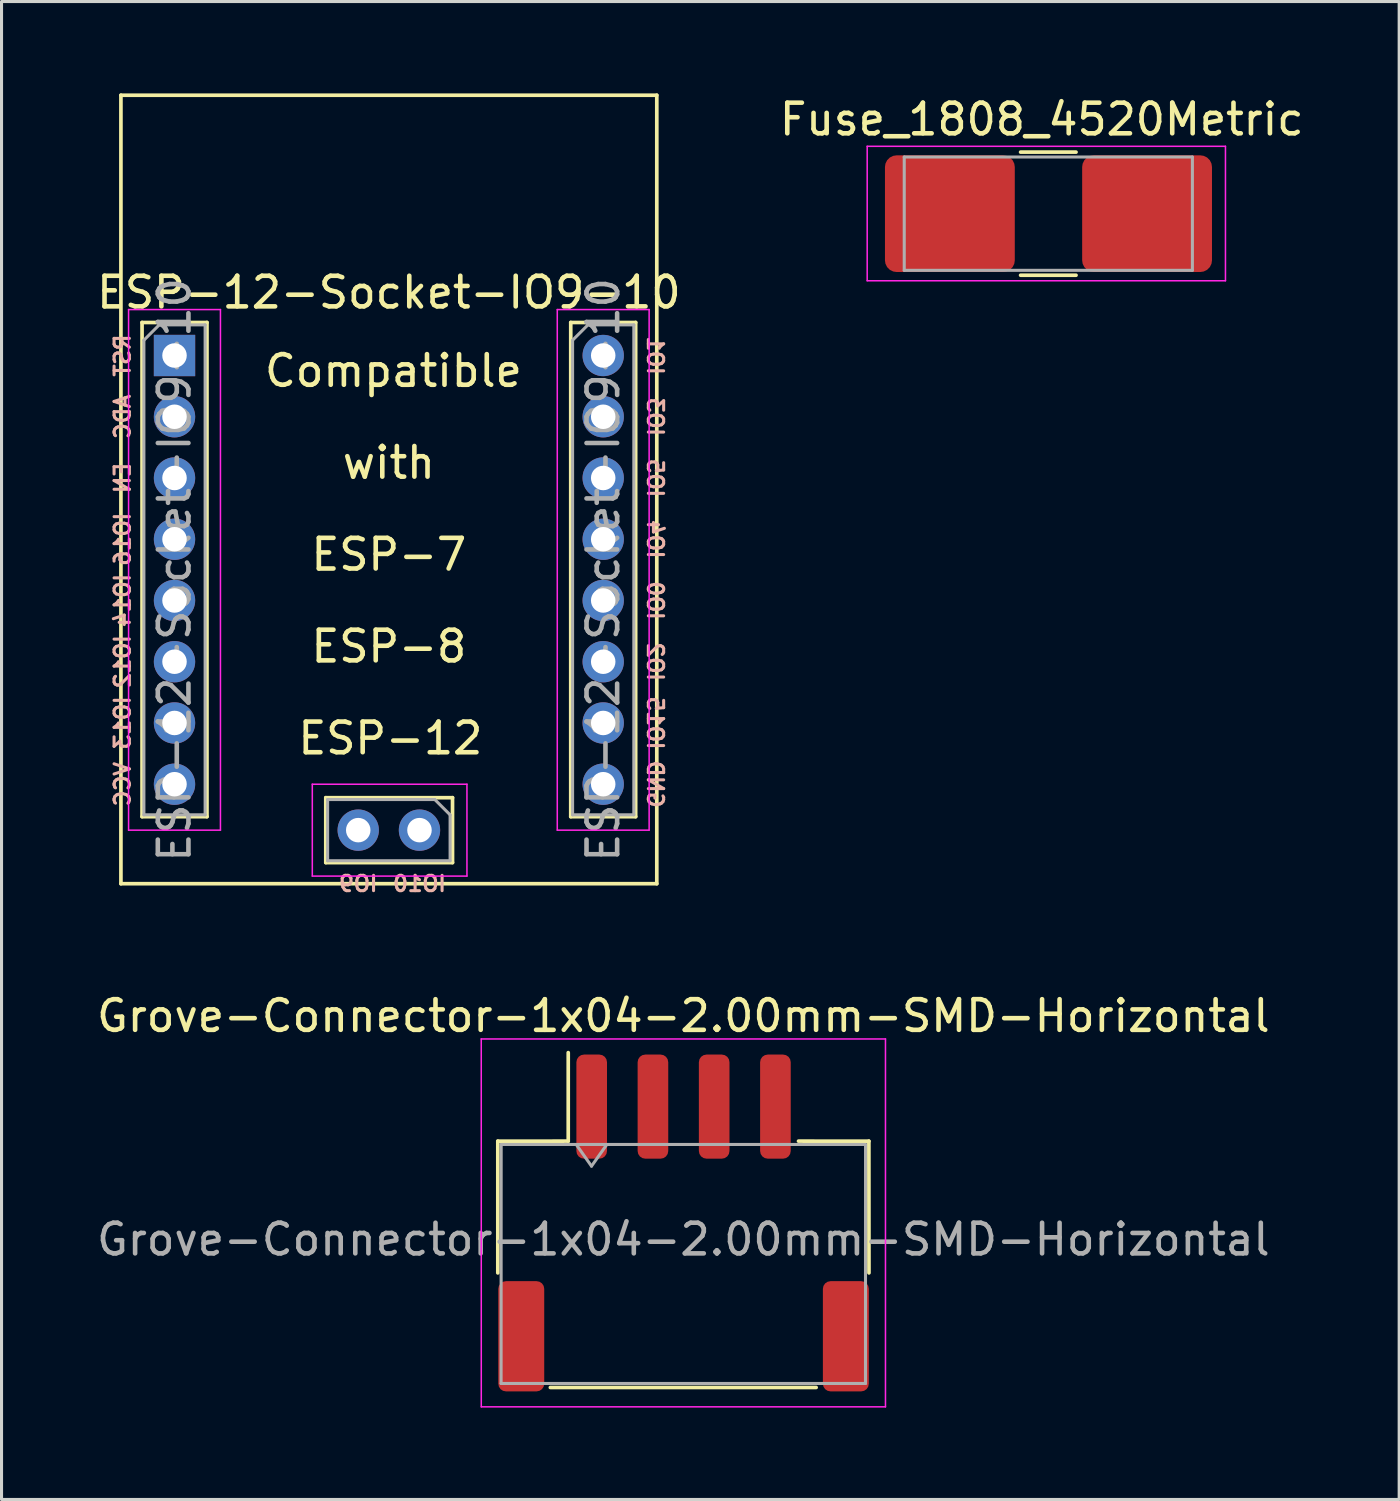
<source format=kicad_pcb>
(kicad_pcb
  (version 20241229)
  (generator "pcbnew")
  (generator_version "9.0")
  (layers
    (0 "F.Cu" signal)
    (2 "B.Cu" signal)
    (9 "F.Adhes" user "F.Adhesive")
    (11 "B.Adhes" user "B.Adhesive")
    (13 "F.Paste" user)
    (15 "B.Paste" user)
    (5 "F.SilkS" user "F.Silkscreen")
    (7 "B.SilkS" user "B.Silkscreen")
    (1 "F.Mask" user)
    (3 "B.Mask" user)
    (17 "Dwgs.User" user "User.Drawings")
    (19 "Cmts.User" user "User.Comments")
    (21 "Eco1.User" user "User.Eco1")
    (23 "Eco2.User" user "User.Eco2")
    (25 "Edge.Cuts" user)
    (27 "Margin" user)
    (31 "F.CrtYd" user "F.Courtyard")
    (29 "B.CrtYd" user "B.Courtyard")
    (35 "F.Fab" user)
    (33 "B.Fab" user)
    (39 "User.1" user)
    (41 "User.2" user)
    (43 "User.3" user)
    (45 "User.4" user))
  (footprint "Fuse_1808_4520Metric"
    (layer "F.Cu")
    (at 25.27 1.728)
    (property "Reference" "Fuse_1808_4520Metric" (at 5.7 -0.88 0) (layer "F.SilkS") (effects (font (size 1 1) (thickness 0.15))))
    (attr smd)
    (fp_line (start 5.01 0.19) (end 6.82 0.19) (stroke (width 0.12) (type solid)) (layer "F.SilkS"))
    (fp_line (start 5.01 4.21) (end 6.82 4.21) (stroke (width 0.12) (type solid)) (layer "F.SilkS"))
    (fp_line (start 0 0) (end 11.7 0) (stroke (width 0.05) (type solid)) (layer "F.CrtYd"))
    (fp_line (start 0 4.39) (end 0 0) (stroke (width 0.05) (type solid)) (layer "F.CrtYd"))
    (fp_line (start 11.7 0) (end 11.7 4.39) (stroke (width 0.05) (type solid)) (layer "F.CrtYd"))
    (fp_line (start 11.7 4.39) (end 0 4.39) (stroke (width 0.05) (type solid)) (layer "F.CrtYd"))
    (fp_line (start 1.21 4.05) (end 1.21 0.35) (stroke (width 0.1) (type solid)) (layer "F.Fab"))
    (fp_line (start 10.62 0.35) (end 1.21 0.35) (stroke (width 0.1) (type solid)) (layer "F.Fab"))
    (fp_line (start 10.62 0.35) (end 10.62 4.05) (stroke (width 0.1) (type solid)) (layer "F.Fab"))
    (fp_line (start 10.62 4.05) (end 1.21 4.05) (stroke (width 0.1) (type solid)) (layer "F.Fab"))
    (pad "1" smd roundrect (at 2.7 2.2) (size 4.24 3.81) (layers "F.Cu" "F.Mask" "F.Paste") (roundrect_rratio 0.1))
    (pad "2" smd roundrect (at 9.14 2.2) (size 4.24 3.81) (layers "F.Cu" "F.Mask" "F.Paste") (roundrect_rratio 0.1)))
  (footprint "ESP-12-Socket-IO9-10"
    (layer "F.Cu")
    (at 0.899 25.81)
    (property "Reference" "ESP-12-Socket-IO9-10" (at 8.75 -19.31 0) (layer "F.SilkS") (effects (font (size 1 1) (thickness 0.15))))
    (attr through_hole)
    (fp_line (start 0 0) (end 0 -25.75) (stroke (width 0.12) (type solid)) (layer "F.SilkS"))
    (fp_line (start 0.69 -18.329) (end 0.69 -2.19) (stroke (width 0.12) (type solid)) (layer "F.SilkS"))
    (fp_line (start 0.69 -18.329) (end 2.81 -18.329) (stroke (width 0.12) (type solid)) (layer "F.SilkS"))
    (fp_line (start 0.69 -2.19) (end 2.81 -2.19) (stroke (width 0.12) (type solid)) (layer "F.SilkS"))
    (fp_line (start 2.81 -18.329) (end 2.81 -2.19) (stroke (width 0.12) (type solid)) (layer "F.SilkS"))
    (fp_line (start 6.69 -2.81) (end 6.69 -0.69) (stroke (width 0.12) (type solid)) (layer "F.SilkS"))
    (fp_line (start 10.829 -2.81) (end 6.69 -2.81) (stroke (width 0.12) (type solid)) (layer "F.SilkS"))
    (fp_line (start 10.829 -2.81) (end 10.829 -0.69) (stroke (width 0.12) (type solid)) (layer "F.SilkS"))
    (fp_line (start 10.829 -0.69) (end 6.69 -0.69) (stroke (width 0.12) (type solid)) (layer "F.SilkS"))
    (fp_line (start 14.69 -18.329) (end 14.69 -2.19) (stroke (width 0.12) (type solid)) (layer "F.SilkS"))
    (fp_line (start 14.69 -18.329) (end 16.81 -18.329) (stroke (width 0.12) (type solid)) (layer "F.SilkS"))
    (fp_line (start 14.69 -2.19) (end 16.81 -2.19) (stroke (width 0.12) (type solid)) (layer "F.SilkS"))
    (fp_line (start 16.81 -18.329) (end 16.81 -2.19) (stroke (width 0.12) (type solid)) (layer "F.SilkS"))
    (fp_line (start 17.5 -25.75) (end 0 -25.75) (stroke (width 0.12) (type solid)) (layer "F.SilkS"))
    (fp_line (start 17.5 0) (end 0 0) (stroke (width 0.12) (type solid)) (layer "F.SilkS"))
    (fp_line (start 17.5 0) (end 17.5 -25.75) (stroke (width 0.12) (type solid)) (layer "F.SilkS"))
    (fp_line (start 0.25 -18.75) (end 0.25 -1.75) (stroke (width 0.05) (type solid)) (layer "F.CrtYd"))
    (fp_line (start 0.25 -1.75) (end 3.25 -1.75) (stroke (width 0.05) (type solid)) (layer "F.CrtYd"))
    (fp_line (start 3.25 -18.75) (end 0.25 -18.75) (stroke (width 0.05) (type solid)) (layer "F.CrtYd"))
    (fp_line (start 3.25 -1.75) (end 3.25 -18.75) (stroke (width 0.05) (type solid)) (layer "F.CrtYd"))
    (fp_line (start 6.25 -3.25) (end 6.25 -0.25) (stroke (width 0.05) (type solid)) (layer "F.CrtYd"))
    (fp_line (start 6.25 -0.25) (end 11.3 -0.25) (stroke (width 0.05) (type solid)) (layer "F.CrtYd"))
    (fp_line (start 11.3 -3.25) (end 6.25 -3.25) (stroke (width 0.05) (type solid)) (layer "F.CrtYd"))
    (fp_line (start 11.3 -0.25) (end 11.3 -3.25) (stroke (width 0.05) (type solid)) (layer "F.CrtYd"))
    (fp_line (start 14.25 -18.75) (end 14.25 -1.75) (stroke (width 0.05) (type solid)) (layer "F.CrtYd"))
    (fp_line (start 14.25 -1.75) (end 17.25 -1.75) (stroke (width 0.05) (type solid)) (layer "F.CrtYd"))
    (fp_line (start 17.25 -18.75) (end 14.25 -18.75) (stroke (width 0.05) (type solid)) (layer "F.CrtYd"))
    (fp_line (start 17.25 -1.75) (end 17.25 -18.75) (stroke (width 0.05) (type solid)) (layer "F.CrtYd"))
    (fp_line (start 0.75 -17.75) (end 1.25 -18.25) (stroke (width 0.1) (type solid)) (layer "F.Fab"))
    (fp_line (start 0.75 -2.25) (end 0.75 -17.75) (stroke (width 0.1) (type solid)) (layer "F.Fab"))
    (fp_line (start 1.25 -18.25) (end 2.75 -18.25) (stroke (width 0.1) (type solid)) (layer "F.Fab"))
    (fp_line (start 2.75 -18.25) (end 2.75 -2.25) (stroke (width 0.1) (type solid)) (layer "F.Fab"))
    (fp_line (start 2.75 -2.25) (end 0.75 -2.25) (stroke (width 0.1) (type solid)) (layer "F.Fab"))
    (fp_line (start 6.75 -2.75) (end 10.25 -2.75) (stroke (width 0.1) (type solid)) (layer "F.Fab"))
    (fp_line (start 6.75 -0.75) (end 6.75 -2.75) (stroke (width 0.1) (type solid)) (layer "F.Fab"))
    (fp_line (start 10.25 -2.75) (end 10.75 -2.25) (stroke (width 0.1) (type solid)) (layer "F.Fab"))
    (fp_line (start 10.75 -2.25) (end 10.75 -0.75) (stroke (width 0.1) (type solid)) (layer "F.Fab"))
    (fp_line (start 10.75 -0.75) (end 6.75 -0.75) (stroke (width 0.1) (type solid)) (layer "F.Fab"))
    (fp_line (start 14.75 -17.75) (end 15.25 -18.25) (stroke (width 0.1) (type solid)) (layer "F.Fab"))
    (fp_line (start 14.75 -2.25) (end 14.75 -17.75) (stroke (width 0.1) (type solid)) (layer "F.Fab"))
    (fp_line (start 15.25 -18.25) (end 16.75 -18.25) (stroke (width 0.1) (type solid)) (layer "F.Fab"))
    (fp_line (start 16.75 -18.25) (end 16.75 -2.25) (stroke (width 0.1) (type solid)) (layer "F.Fab"))
    (fp_line (start 16.75 -2.25) (end 14.75 -2.25) (stroke (width 0.1) (type solid)) (layer "F.Fab"))
    (fp_text user "with" (at 8.75 -13.75 0) (layer "F.SilkS") (effects (font (size 1 1) (thickness 0.15))))
    (fp_text user "Compatible" (at 8.9 -16.75 0) (layer "F.SilkS") (effects (font (size 1 1) (thickness 0.15))))
    (fp_text user "ESP-12" (at 8.8 -4.75 0) (layer "F.SilkS") (effects (font (size 1 1) (thickness 0.15))))
    (fp_text user "ESP-7" (at 8.75 -10.75 0) (layer "F.SilkS") (effects (font (size 1 1) (thickness 0.15))))
    (fp_text user "ESP-8" (at 8.75 -7.75 0) (layer "F.SilkS") (effects (font (size 1 1) (thickness 0.15))))
    (fp_text user "IO10" (at 9.75 0 0) (layer "B.SilkS") (effects (font (size 0.5 0.5) (thickness 0.1)) (justify mirror)))
    (fp_text user "GND" (at 17.45 -3.25 270) (unlocked yes) (layer "B.SilkS") (effects (font (size 0.5 0.5) (thickness 0.1)) (justify mirror)))
    (fp_text user "RST" (at 0.05 -17.25 270) (layer "B.SilkS") (effects (font (size 0.5 0.5) (thickness 0.1)) (justify mirror)))
    (fp_text user "IO4" (at 17.45 -11.25 270) (unlocked yes) (layer "B.SilkS") (effects (font (size 0.5 0.5) (thickness 0.1)) (justify mirror)))
    (fp_text user "VCC" (at 0.05 -3.25 270) (layer "B.SilkS") (effects (font (size 0.5 0.5) (thickness 0.1)) (justify mirror)))
    (fp_text user "IO15" (at 17.45 -5.25 270) (unlocked yes) (layer "B.SilkS") (effects (font (size 0.5 0.5) (thickness 0.1)) (justify mirror)))
    (fp_text user "IO9" (at 7.75 0 0) (layer "B.SilkS") (effects (font (size 0.5 0.5) (thickness 0.1)) (justify mirror)))
    (fp_text user "IO5" (at 17.45 -13.25 270) (unlocked yes) (layer "B.SilkS") (effects (font (size 0.5 0.5) (thickness 0.1)) (justify mirror)))
    (fp_text user "IO2" (at 17.45 -7.25 270) (unlocked yes) (layer "B.SilkS") (effects (font (size 0.5 0.5) (thickness 0.1)) (justify mirror)))
    (fp_text user "IO14" (at 0.05 -9.25 270) (layer "B.SilkS") (effects (font (size 0.5 0.5) (thickness 0.1)) (justify mirror)))
    (fp_text user "IO12" (at 0.05 -7.25 270) (layer "B.SilkS") (effects (font (size 0.5 0.5) (thickness 0.1)) (justify mirror)))
    (fp_text user "IO13" (at 0.05 -5.25 270) (layer "B.SilkS") (effects (font (size 0.5 0.5) (thickness 0.1)) (justify mirror)))
    (fp_text user "IO0" (at 17.45 -9.25 270) (unlocked yes) (layer "B.SilkS") (effects (font (size 0.5 0.5) (thickness 0.1)) (justify mirror)))
    (fp_text user "IO16" (at 0.05 -11.25 270) (layer "B.SilkS") (effects (font (size 0.5 0.5) (thickness 0.1)) (justify mirror)))
    (fp_text user "IO3" (at 17.45 -15.25 270) (unlocked yes) (layer "B.SilkS") (effects (font (size 0.5 0.5) (thickness 0.1)) (justify mirror)))
    (fp_text user "ADC" (at 0.05 -15.25 270) (layer "B.SilkS") (effects (font (size 0.5 0.5) (thickness 0.1)) (justify mirror)))
    (fp_text user "IO1" (at 17.45 -17.25 270) (unlocked yes) (layer "B.SilkS") (effects (font (size 0.5 0.5) (thickness 0.1)) (justify mirror)))
    (fp_text user "EN" (at 0.05 -13.25 270) (layer "B.SilkS") (effects (font (size 0.5 0.5) (thickness 0.1)) (justify mirror)))
    (fp_text user "${REFERENCE}" (at 1.75 -10.25 90) (layer "F.Fab") (effects (font (size 1 1) (thickness 0.15))))
    (fp_text user "${REFERENCE}" (at 15.75 -10.25 90) (layer "F.Fab") (effects (font (size 1 1) (thickness 0.15))))
    (pad "1" thru_hole rect (at 1.75 -17.25) (size 1.35 1.35) (drill 0.8) (layers "*.Cu" "*.Mask"))
    (pad "2" thru_hole oval (at 1.75 -15.25) (size 1.35 1.35) (drill 0.8) (layers "*.Cu" "*.Mask"))
    (pad "3" thru_hole oval (at 1.75 -13.25) (size 1.35 1.35) (drill 0.8) (layers "*.Cu" "*.Mask"))
    (pad "4" thru_hole oval (at 1.75 -11.25) (size 1.35 1.35) (drill 0.8) (layers "*.Cu" "*.Mask"))
    (pad "5" thru_hole oval (at 1.75 -9.25) (size 1.35 1.35) (drill 0.8) (layers "*.Cu" "*.Mask"))
    (pad "6" thru_hole oval (at 1.75 -7.25) (size 1.35 1.35) (drill 0.8) (layers "*.Cu" "*.Mask"))
    (pad "7" thru_hole oval (at 1.75 -5.25) (size 1.35 1.35) (drill 0.8) (layers "*.Cu" "*.Mask"))
    (pad "8" thru_hole oval (at 1.75 -3.25) (size 1.35 1.35) (drill 0.8) (layers "*.Cu" "*.Mask"))
    (pad "11" thru_hole oval (at 7.75 -1.75 270) (size 1.35 1.35) (drill 0.8) (layers "*.Cu" "*.Mask"))
    (pad "12" thru_hole oval (at 9.75 -1.75 270) (size 1.35 1.35) (drill 0.8) (layers "*.Cu" "*.Mask"))
    (pad "15" thru_hole oval (at 15.75 -3.25) (size 1.35 1.35) (drill 0.8) (layers "*.Cu" "*.Mask"))
    (pad "16" thru_hole oval (at 15.75 -5.25) (size 1.35 1.35) (drill 0.8) (layers "*.Cu" "*.Mask"))
    (pad "17" thru_hole oval (at 15.75 -7.25) (size 1.35 1.35) (drill 0.8) (layers "*.Cu" "*.Mask"))
    (pad "18" thru_hole oval (at 15.75 -9.25) (size 1.35 1.35) (drill 0.8) (layers "*.Cu" "*.Mask"))
    (pad "19" thru_hole oval (at 15.75 -11.25) (size 1.35 1.35) (drill 0.8) (layers "*.Cu" "*.Mask"))
    (pad "20" thru_hole oval (at 15.75 -13.25) (size 1.35 1.35) (drill 0.8) (layers "*.Cu" "*.Mask"))
    (pad "21" thru_hole oval (at 15.75 -15.25) (size 1.35 1.35) (drill 0.8) (layers "*.Cu" "*.Mask"))
    (pad "22" thru_hole circle (at 15.75 -17.25) (size 1.35 1.35) (drill 0.8) (layers "*.Cu" "*.Mask")))
  (footprint "Grove-Connector-1x04-2.00mm-SMD-Horizontal"
    (layer "F.Cu")
    (at 12.666 30.879)
    (property "Reference" "Grove-Connector-1x04-2.00mm-SMD-Horizontal" (at 6.601 -0.753 0) (layer "F.SilkS") (effects (font (size 1 1) (thickness 0.15))))
    (attr smd)
    (fp_line (start 0.541 3.338) (end 2.841 3.337) (stroke (width 0.12) (type solid)) (layer "F.SilkS"))
    (fp_line (start 0.541 7.64) (end 0.541 3.338) (stroke (width 0.12) (type solid)) (layer "F.SilkS"))
    (fp_line (start 2.257 11.382) (end 10.937 11.382) (stroke (width 0.12) (type solid)) (layer "F.SilkS"))
    (fp_line (start 2.841 3.337) (end 2.841 0.447) (stroke (width 0.12) (type solid)) (layer "F.SilkS"))
    (fp_line (start 12.659 3.338) (end 10.361 3.337) (stroke (width 0.12) (type solid)) (layer "F.SilkS"))
    (fp_line (start 12.662 7.64) (end 12.659 3.338) (stroke (width 0.12) (type solid)) (layer "F.SilkS"))
    (fp_line (start 0 0) (end 0.001 12.014) (stroke (width 0.05) (type solid)) (layer "F.CrtYd"))
    (fp_line (start 0.001 12.014) (end 13.201 12.014) (stroke (width 0.05) (type solid)) (layer "F.CrtYd"))
    (fp_line (start 13.201 0) (end 0.001 0) (stroke (width 0.05) (type solid)) (layer "F.CrtYd"))
    (fp_line (start 13.201 12.014) (end 13.201 0) (stroke (width 0.05) (type solid)) (layer "F.CrtYd"))
    (fp_line (start 0.648 11.252) (end 12.548 11.252) (stroke (width 0.1) (type solid)) (layer "F.Fab"))
    (fp_line (start 0.651 3.447) (end 0.648 11.252) (stroke (width 0.1) (type solid)) (layer "F.Fab"))
    (fp_line (start 0.651 3.447) (end 12.55 3.447) (stroke (width 0.1) (type solid)) (layer "F.Fab"))
    (fp_line (start 3.101 3.447) (end 3.601 4.154) (stroke (width 0.1) (type solid)) (layer "F.Fab"))
    (fp_line (start 3.601 4.154) (end 4.101 3.447) (stroke (width 0.1) (type solid)) (layer "F.Fab"))
    (fp_line (start 12.55 3.447) (end 12.548 11.252) (stroke (width 0.1) (type solid)) (layer "F.Fab"))
    (fp_text user "${REFERENCE}" (at 6.601 6.547 0) (layer "F.Fab") (effects (font (size 1 1) (thickness 0.15))))
    (pad "1" smd roundrect (at 3.607 2.21) (size 1 3.4) (layers "F.Cu" "F.Mask" "F.Paste") (roundrect_rratio 0.25))
    (pad "2" smd roundrect (at 5.607 2.21) (size 1 3.4) (layers "F.Cu" "F.Mask" "F.Paste") (roundrect_rratio 0.25))
    (pad "3" smd roundrect (at 7.607 2.21) (size 1 3.4) (layers "F.Cu" "F.Mask" "F.Paste") (roundrect_rratio 0.25))
    (pad "4" smd roundrect (at 9.607 2.21) (size 1 3.4) (layers "F.Cu" "F.Mask" "F.Paste") (roundrect_rratio 0.25))
    (pad "MP" smd roundrect (at 1.307 9.71) (size 1.5 3.6) (layers "F.Cu" "F.Mask" "F.Paste") (roundrect_rratio 0.167))
    (pad "MP" smd roundrect (at 11.907 9.71) (size 1.5 3.6) (layers "F.Cu" "F.Mask" "F.Paste") (roundrect_rratio 0.167)))
  (gr_rect
    (start -3 -3)
    (end 42.643 45.918)
    (stroke (width 0.1) (type default))
    (fill no)
    (layer "Edge.Cuts")))
</source>
